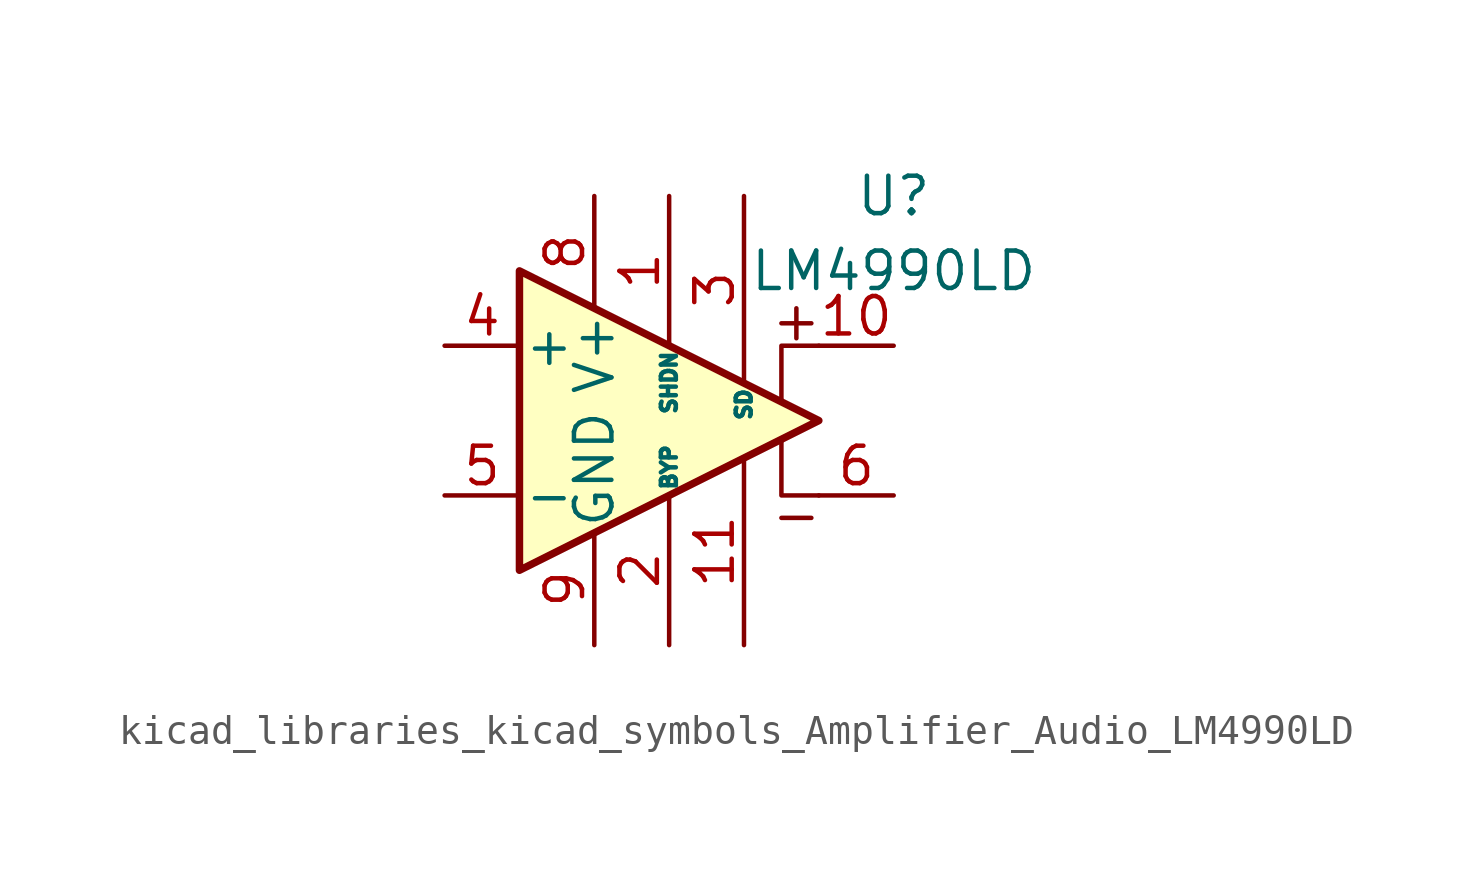
<source format=kicad_sym>
(kicad_symbol_lib
  (version 20220914)
  (generator kicad_symbol_editor)
  (symbol "kicad_libraries_kicad_symbols_Amplifier_Audio_LM4990LD"
    (pin_names
      (offset 0.127))
    (property "Reference" "U"
      (at 7.62 7.62 0)
      (effects (font (size 1.27 1.27))))
    (property "Value" "LM4990LD"
      (at 7.62 5.08 0)
      (effects (font (size 1.27 1.27))))
    (symbol "kicad_libraries_kicad_symbols_Amplifier_Audio_LM4990LD_0_1"
      (polyline (pts (xy 3.81 -0.635) (xy 3.81 -2.54) (xy 5.08 -2.54)) (stroke (width 0) (type default)) (fill (type none)))
      (polyline (pts (xy 5.08 2.54) (xy 3.81 2.54) (xy 3.81 0.635)) (stroke (width 0) (type default)) (fill (type none)))
      (polyline (pts (xy -5.08 5.08) (xy 5.08 0) (xy -5.08 -5.08) (xy -5.08 5.08)) (stroke (width 0.254) (type default)) (fill (type background))))
    (symbol "kicad_libraries_kicad_symbols_Amplifier_Audio_LM4990LD_1_1"
      (polyline (pts (xy 3.81 -3.302) (xy 4.826 -3.302)) (stroke (width 0) (type default)) (fill (type none)))
      (polyline (pts (xy 4.318 3.81) (xy 4.318 2.794)) (stroke (width 0) (type default)) (fill (type none)))
      (polyline (pts (xy 4.826 3.302) (xy 3.81 3.302)) (stroke (width 0) (type default)) (fill (type none)))
      (pin output line (at 0 7.62 270) (length 5.08) (name "SHDN" (effects (font (size 0.508 0.508)))) (number "1" (effects (font (size 1.27 1.27)))))
      (pin output line (at 7.62 2.54 180) (length 2.54) (name "~" (effects (font (size 1.27 1.27)))) (number "10" (effects (font (size 1.27 1.27)))))
      (pin power_in line (at 2.54 -7.62 90) (length 6.35) (name "~" (effects (font (size 1.27 1.27)))) (number "11" (effects (font (size 1.27 1.27)))))
      (pin input line (at 0 -7.62 90) (length 5.08) (name "BYP" (effects (font (size 0.508 0.508)))) (number "2" (effects (font (size 1.27 1.27)))))
      (pin input line (at 2.54 7.62 270) (length 6.35) (name "SD" (effects (font (size 0.508 0.508)))) (number "3" (effects (font (size 1.27 1.27)))))
      (pin input line (at -7.62 2.54 0) (length 2.54) (name "+" (effects (font (size 1.27 1.27)))) (number "4" (effects (font (size 1.27 1.27)))))
      (pin input line (at -7.62 -2.54 0) (length 2.54) (name "-" (effects (font (size 1.27 1.27)))) (number "5" (effects (font (size 1.27 1.27)))))
      (pin output line (at 7.62 -2.54 180) (length 2.54) (name "~" (effects (font (size 1.27 1.27)))) (number "6" (effects (font (size 1.27 1.27)))))
      (pin no_connect line (at 0 2.54 270) (length 2.54) hide (name "NC" (effects (font (size 1.27 1.27)))) (number "7" (effects (font (size 1.27 1.27)))))
      (pin power_in line (at -2.54 7.62 270) (length 3.81) (name "V+" (effects (font (size 1.27 1.27)))) (number "8" (effects (font (size 1.27 1.27)))))
      (pin power_in line (at -2.54 -7.62 90) (length 3.81) (name "GND" (effects (font (size 1.27 1.27)))) (number "9" (effects (font (size 1.27 1.27))))))))
</source>
